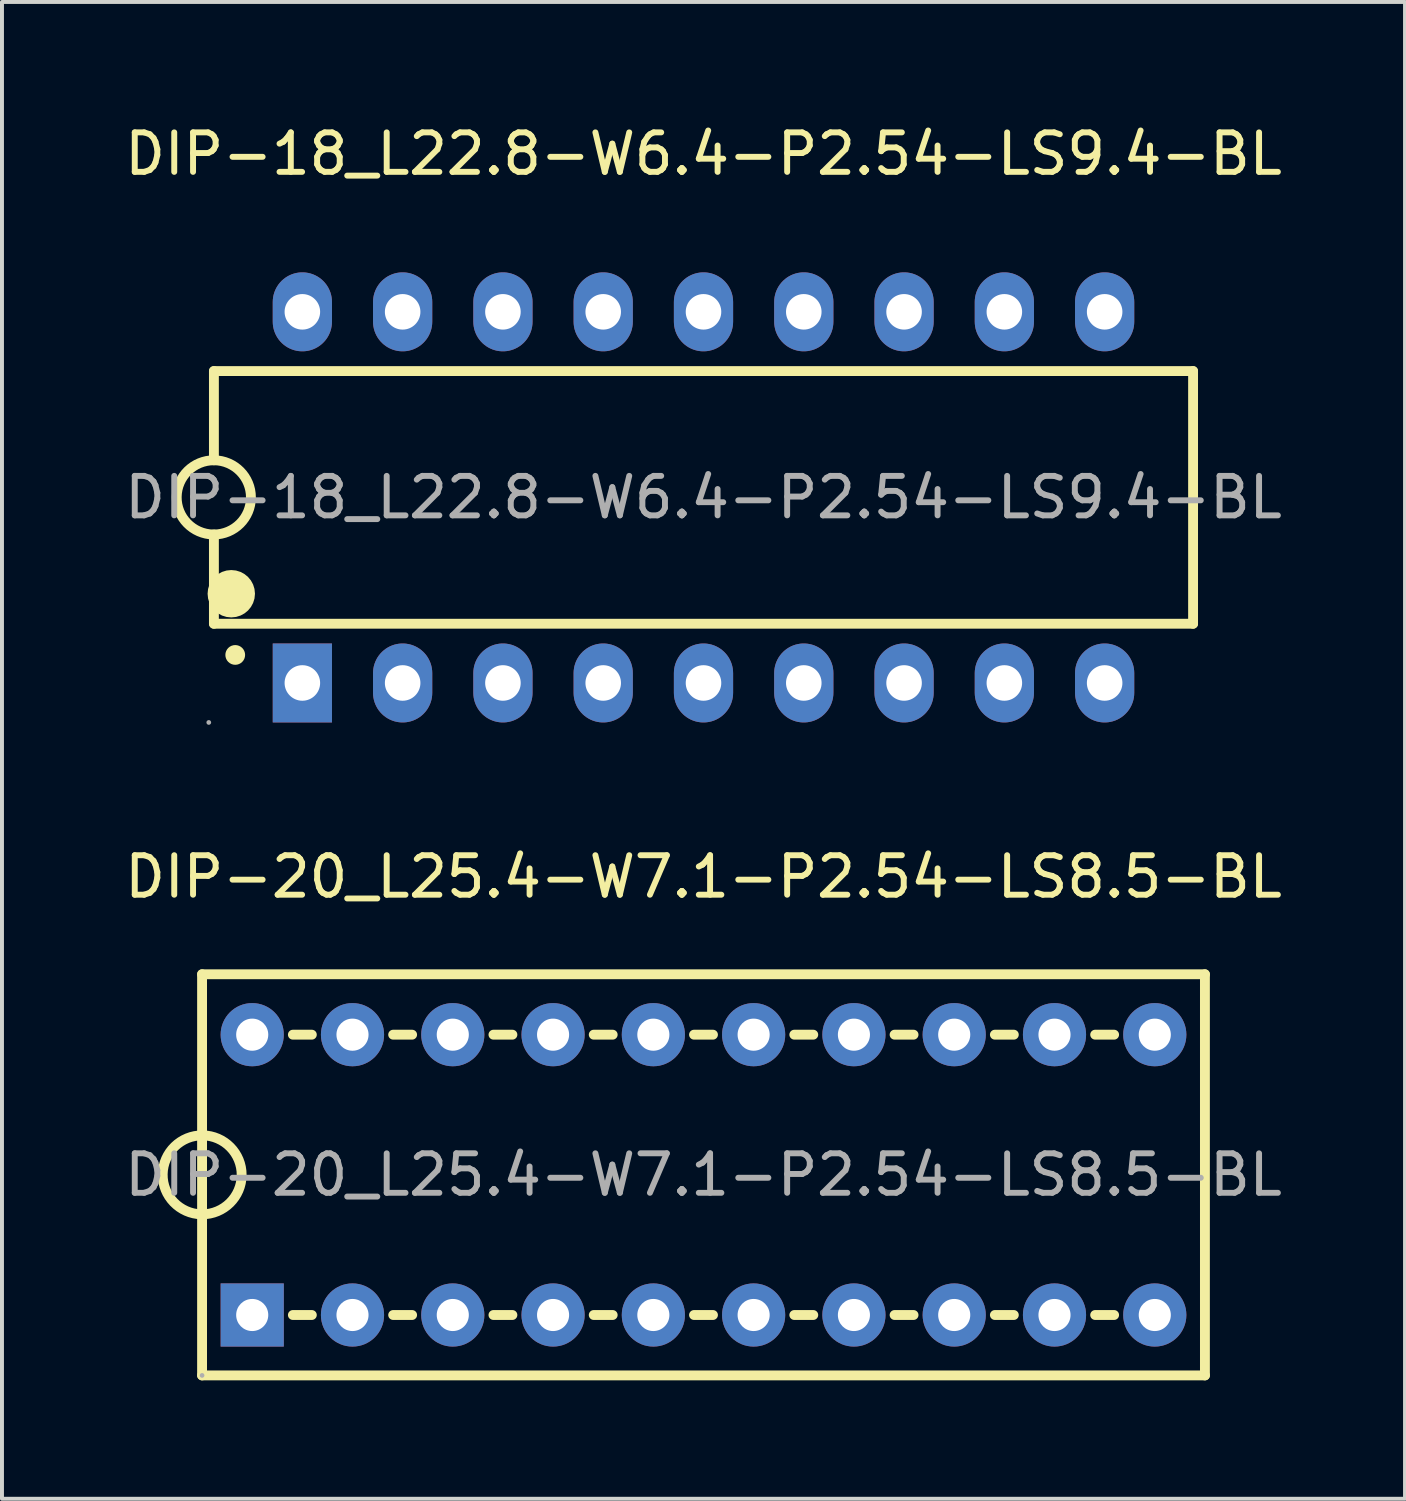
<source format=kicad_pcb>
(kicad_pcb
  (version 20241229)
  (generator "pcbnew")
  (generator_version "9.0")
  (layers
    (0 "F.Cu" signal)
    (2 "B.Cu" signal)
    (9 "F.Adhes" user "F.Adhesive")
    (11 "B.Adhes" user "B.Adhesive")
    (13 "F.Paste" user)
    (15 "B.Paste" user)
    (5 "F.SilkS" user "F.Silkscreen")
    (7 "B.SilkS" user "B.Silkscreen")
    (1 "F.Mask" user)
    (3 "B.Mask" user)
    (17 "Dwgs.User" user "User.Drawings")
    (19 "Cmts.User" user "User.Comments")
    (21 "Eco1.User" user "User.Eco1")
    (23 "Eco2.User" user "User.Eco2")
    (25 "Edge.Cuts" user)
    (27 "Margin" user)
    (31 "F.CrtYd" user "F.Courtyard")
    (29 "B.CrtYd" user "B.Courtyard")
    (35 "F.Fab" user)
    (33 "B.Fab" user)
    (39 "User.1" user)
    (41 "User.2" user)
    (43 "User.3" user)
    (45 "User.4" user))
  (footprint "DIP-18_L22.8-W6.4-P2.54-LS9.4-BL"
    (layer "F.Cu")
    (at 14.768 9.548)
    (property "Reference" "DIP-18_L22.8-W6.4-P2.54-LS9.4-BL" (at 0 -8.7 0) (layer "F.SilkS") (effects (font (size 1 1) (thickness 0.15))))
    (attr through_hole)
    (fp_line (start -12.4 -3.2) (end -12.4 -0.94) (stroke (width 0.25) (type solid)) (layer "F.SilkS"))
    (fp_line (start -12.4 -3.2) (end 12.4 -3.2) (stroke (width 0.25) (type solid)) (layer "F.SilkS"))
    (fp_line (start -12.4 3.2) (end -12.4 0.94) (stroke (width 0.25) (type solid)) (layer "F.SilkS"))
    (fp_line (start -12.4 3.2) (end 12.4 3.2) (stroke (width 0.25) (type solid)) (layer "F.SilkS"))
    (fp_line (start 12.4 -3.2) (end 12.4 3.2) (stroke (width 0.25) (type solid)) (layer "F.SilkS"))
    (fp_arc (start -12.416405 0.939857) (mid -12.391797 -0.939964) (end -12.4 0.94) (stroke (width 0.25) (type solid)) (layer "F.SilkS"))
    (fp_arc (start -11.96 2.44) (mid -11.96 2.44) (end -11.96 2.44) (stroke (width 0.6) (type solid)) (layer "F.SilkS"))
    (fp_arc (start -11.86 3.99) (mid -11.86 3.99) (end -11.86 3.99) (stroke (width 0.25) (type solid)) (layer "F.SilkS"))
    (fp_circle (center -12.53 5.7) (end -12.5 5.7) (stroke (width 0.06) (type solid)) (fill no) (layer "F.Fab"))
    (fp_circle (center -10.16 -4.7) (end -9.98 -4.7) (stroke (width 0.35) (type solid)) (fill no) (layer "F.Fab"))
    (fp_circle (center -10.16 4.7) (end -9.98 4.7) (stroke (width 0.35) (type solid)) (fill no) (layer "F.Fab"))
    (fp_circle (center -7.62 -4.7) (end -7.44 -4.7) (stroke (width 0.35) (type solid)) (fill no) (layer "F.Fab"))
    (fp_circle (center -7.62 4.7) (end -7.44 4.7) (stroke (width 0.35) (type solid)) (fill no) (layer "F.Fab"))
    (fp_circle (center -5.08 -4.7) (end -4.9 -4.7) (stroke (width 0.35) (type solid)) (fill no) (layer "F.Fab"))
    (fp_circle (center -5.08 4.7) (end -4.9 4.7) (stroke (width 0.35) (type solid)) (fill no) (layer "F.Fab"))
    (fp_circle (center -2.54 -4.7) (end -2.36 -4.7) (stroke (width 0.35) (type solid)) (fill no) (layer "F.Fab"))
    (fp_circle (center -2.54 4.7) (end -2.36 4.7) (stroke (width 0.35) (type solid)) (fill no) (layer "F.Fab"))
    (fp_circle (center 0 -4.7) (end 0.18 -4.7) (stroke (width 0.35) (type solid)) (fill no) (layer "F.Fab"))
    (fp_circle (center 0 4.7) (end 0.18 4.7) (stroke (width 0.35) (type solid)) (fill no) (layer "F.Fab"))
    (fp_circle (center 2.54 -4.7) (end 2.72 -4.7) (stroke (width 0.35) (type solid)) (fill no) (layer "F.Fab"))
    (fp_circle (center 2.54 4.7) (end 2.72 4.7) (stroke (width 0.35) (type solid)) (fill no) (layer "F.Fab"))
    (fp_circle (center 5.08 -4.7) (end 5.26 -4.7) (stroke (width 0.35) (type solid)) (fill no) (layer "F.Fab"))
    (fp_circle (center 5.08 4.7) (end 5.26 4.7) (stroke (width 0.35) (type solid)) (fill no) (layer "F.Fab"))
    (fp_circle (center 7.62 -4.7) (end 7.8 -4.7) (stroke (width 0.35) (type solid)) (fill no) (layer "F.Fab"))
    (fp_circle (center 7.62 4.7) (end 7.8 4.7) (stroke (width 0.35) (type solid)) (fill no) (layer "F.Fab"))
    (fp_circle (center 10.16 -4.7) (end 10.34 -4.7) (stroke (width 0.35) (type solid)) (fill no) (layer "F.Fab"))
    (fp_circle (center 10.16 4.7) (end 10.34 4.7) (stroke (width 0.35) (type solid)) (fill no) (layer "F.Fab"))
    (fp_text user "${REFERENCE}" (at 0 0 0) (layer "F.Fab") (effects (font (size 1 1) (thickness 0.15))))
    (pad "1" thru_hole rect (at -10.16 4.7 90) (size 2 1.5) (drill 0.9) (layers "*.Cu" "*.Paste" "*.Mask"))
    (pad "2" thru_hole oval (at -7.62 4.7 90) (size 2 1.5) (drill 0.9) (layers "*.Cu" "*.Paste" "*.Mask"))
    (pad "3" thru_hole oval (at -5.08 4.7 90) (size 2 1.5) (drill 0.9) (layers "*.Cu" "*.Paste" "*.Mask"))
    (pad "4" thru_hole oval (at -2.54 4.7 90) (size 2 1.5) (drill 0.9) (layers "*.Cu" "*.Paste" "*.Mask"))
    (pad "5" thru_hole oval (at 0 4.7 90) (size 2 1.5) (drill 0.9) (layers "*.Cu" "*.Paste" "*.Mask"))
    (pad "6" thru_hole oval (at 2.54 4.7 90) (size 2 1.5) (drill 0.9) (layers "*.Cu" "*.Paste" "*.Mask"))
    (pad "7" thru_hole oval (at 5.08 4.7 90) (size 2 1.5) (drill 0.9) (layers "*.Cu" "*.Paste" "*.Mask"))
    (pad "8" thru_hole oval (at 7.62 4.7 90) (size 2 1.5) (drill 0.9) (layers "*.Cu" "*.Paste" "*.Mask"))
    (pad "9" thru_hole oval (at 10.16 4.7 90) (size 2 1.5) (drill 0.9) (layers "*.Cu" "*.Paste" "*.Mask"))
    (pad "10" thru_hole oval (at 10.16 -4.7 90) (size 2 1.5) (drill 0.9) (layers "*.Cu" "*.Paste" "*.Mask"))
    (pad "11" thru_hole oval (at 7.62 -4.7 90) (size 2 1.5) (drill 0.9) (layers "*.Cu" "*.Paste" "*.Mask"))
    (pad "12" thru_hole oval (at 5.08 -4.7 90) (size 2 1.5) (drill 0.9) (layers "*.Cu" "*.Paste" "*.Mask"))
    (pad "13" thru_hole oval (at 2.54 -4.7 90) (size 2 1.5) (drill 0.9) (layers "*.Cu" "*.Paste" "*.Mask"))
    (pad "14" thru_hole oval (at 0 -4.7 90) (size 2 1.5) (drill 0.9) (layers "*.Cu" "*.Paste" "*.Mask"))
    (pad "15" thru_hole oval (at -2.54 -4.7 90) (size 2 1.5) (drill 0.9) (layers "*.Cu" "*.Paste" "*.Mask"))
    (pad "16" thru_hole oval (at -5.08 -4.7 90) (size 2 1.5) (drill 0.9) (layers "*.Cu" "*.Paste" "*.Mask"))
    (pad "17" thru_hole oval (at -7.62 -4.7 90) (size 2 1.5) (drill 0.9) (layers "*.Cu" "*.Paste" "*.Mask"))
    (pad "18" thru_hole oval (at -10.16 -4.7 90) (size 2 1.5) (drill 0.9) (layers "*.Cu" "*.Paste" "*.Mask")))
  (footprint "DIP-20_L25.4-W7.1-P2.54-LS8.5-BL"
    (layer "F.Cu")
    (at 14.768 26.706)
    (property "Reference" "DIP-20_L25.4-W7.1-P2.54-LS8.5-BL" (at 0 -7.55 0) (layer "F.SilkS") (effects (font (size 1 1) (thickness 0.15))))
    (attr through_hole)
    (fp_line (start -12.7 -5.08) (end -12.7 5.08) (stroke (width 0.25) (type solid)) (layer "F.SilkS"))
    (fp_line (start -12.7 5.08) (end 12.7 5.08) (stroke (width 0.25) (type solid)) (layer "F.SilkS"))
    (fp_line (start -10.4 -3.55) (end -9.92 -3.55) (stroke (width 0.25) (type solid)) (layer "F.SilkS"))
    (fp_line (start -10.4 3.55) (end -9.92 3.55) (stroke (width 0.25) (type solid)) (layer "F.SilkS"))
    (fp_line (start -7.86 -3.55) (end -7.38 -3.55) (stroke (width 0.25) (type solid)) (layer "F.SilkS"))
    (fp_line (start -7.86 3.55) (end -7.38 3.55) (stroke (width 0.25) (type solid)) (layer "F.SilkS"))
    (fp_line (start -5.32 -3.55) (end -4.84 -3.55) (stroke (width 0.25) (type solid)) (layer "F.SilkS"))
    (fp_line (start -5.32 3.55) (end -4.84 3.55) (stroke (width 0.25) (type solid)) (layer "F.SilkS"))
    (fp_line (start -2.78 -3.55) (end -2.3 -3.55) (stroke (width 0.25) (type solid)) (layer "F.SilkS"))
    (fp_line (start -2.78 3.55) (end -2.3 3.55) (stroke (width 0.25) (type solid)) (layer "F.SilkS"))
    (fp_line (start -0.24 -3.55) (end 0.24 -3.55) (stroke (width 0.25) (type solid)) (layer "F.SilkS"))
    (fp_line (start -0.24 3.55) (end 0.24 3.55) (stroke (width 0.25) (type solid)) (layer "F.SilkS"))
    (fp_line (start 2.3 -3.55) (end 2.78 -3.55) (stroke (width 0.25) (type solid)) (layer "F.SilkS"))
    (fp_line (start 2.3 3.55) (end 2.78 3.55) (stroke (width 0.25) (type solid)) (layer "F.SilkS"))
    (fp_line (start 4.84 -3.55) (end 5.32 -3.55) (stroke (width 0.25) (type solid)) (layer "F.SilkS"))
    (fp_line (start 4.84 3.55) (end 5.32 3.55) (stroke (width 0.25) (type solid)) (layer "F.SilkS"))
    (fp_line (start 7.38 -3.55) (end 7.86 -3.55) (stroke (width 0.25) (type solid)) (layer "F.SilkS"))
    (fp_line (start 7.38 3.55) (end 7.86 3.55) (stroke (width 0.25) (type solid)) (layer "F.SilkS"))
    (fp_line (start 9.92 -3.55) (end 10.4 -3.55) (stroke (width 0.25) (type solid)) (layer "F.SilkS"))
    (fp_line (start 9.92 3.55) (end 10.4 3.55) (stroke (width 0.25) (type solid)) (layer "F.SilkS"))
    (fp_line (start 12.7 -5.08) (end -12.7 -5.08) (stroke (width 0.25) (type solid)) (layer "F.SilkS"))
    (fp_line (start 12.7 5.08) (end 12.7 -5.08) (stroke (width 0.25) (type solid)) (layer "F.SilkS"))
    (fp_arc (start -12.717452 0.999848) (mid -12.691274 -0.999962) (end -12.7 1) (stroke (width 0.25) (type solid)) (layer "F.SilkS"))
    (fp_circle (center -12.7 5.08) (end -12.67 5.08) (stroke (width 0.06) (type solid)) (fill no) (layer "F.Fab"))
    (fp_text user "${REFERENCE}" (at 0 0 0) (layer "F.Fab") (effects (font (size 1 1) (thickness 0.15))))
    (pad "1" thru_hole rect (at -11.43 3.55) (size 1.6 1.6) (drill 0.813) (layers "*.Cu" "*.Paste" "*.Mask"))
    (pad "2" thru_hole circle (at -8.89 3.55) (size 1.6 1.6) (drill 0.813) (layers "*.Cu" "*.Paste" "*.Mask"))
    (pad "3" thru_hole circle (at -6.35 3.55) (size 1.6 1.6) (drill 0.813) (layers "*.Cu" "*.Paste" "*.Mask"))
    (pad "4" thru_hole circle (at -3.81 3.55) (size 1.6 1.6) (drill 0.813) (layers "*.Cu" "*.Paste" "*.Mask"))
    (pad "5" thru_hole circle (at -1.27 3.55) (size 1.6 1.6) (drill 0.813) (layers "*.Cu" "*.Paste" "*.Mask"))
    (pad "6" thru_hole circle (at 1.27 3.55) (size 1.6 1.6) (drill 0.813) (layers "*.Cu" "*.Paste" "*.Mask"))
    (pad "7" thru_hole circle (at 3.81 3.55) (size 1.6 1.6) (drill 0.813) (layers "*.Cu" "*.Paste" "*.Mask"))
    (pad "8" thru_hole circle (at 6.35 3.55) (size 1.6 1.6) (drill 0.813) (layers "*.Cu" "*.Paste" "*.Mask"))
    (pad "9" thru_hole circle (at 8.89 3.55) (size 1.6 1.6) (drill 0.813) (layers "*.Cu" "*.Paste" "*.Mask"))
    (pad "10" thru_hole circle (at 11.43 3.55) (size 1.6 1.6) (drill 0.813) (layers "*.Cu" "*.Paste" "*.Mask"))
    (pad "11" thru_hole circle (at 11.43 -3.55) (size 1.6 1.6) (drill 0.813) (layers "*.Cu" "*.Paste" "*.Mask"))
    (pad "12" thru_hole circle (at 8.89 -3.55) (size 1.6 1.6) (drill 0.813) (layers "*.Cu" "*.Paste" "*.Mask"))
    (pad "13" thru_hole circle (at 6.35 -3.55) (size 1.6 1.6) (drill 0.813) (layers "*.Cu" "*.Paste" "*.Mask"))
    (pad "14" thru_hole circle (at 3.81 -3.55) (size 1.6 1.6) (drill 0.813) (layers "*.Cu" "*.Paste" "*.Mask"))
    (pad "15" thru_hole circle (at 1.27 -3.55) (size 1.6 1.6) (drill 0.813) (layers "*.Cu" "*.Paste" "*.Mask"))
    (pad "16" thru_hole circle (at -1.27 -3.55) (size 1.6 1.6) (drill 0.813) (layers "*.Cu" "*.Paste" "*.Mask"))
    (pad "17" thru_hole circle (at -3.81 -3.55) (size 1.6 1.6) (drill 0.813) (layers "*.Cu" "*.Paste" "*.Mask"))
    (pad "18" thru_hole circle (at -6.35 -3.55) (size 1.6 1.6) (drill 0.813) (layers "*.Cu" "*.Paste" "*.Mask"))
    (pad "19" thru_hole circle (at -8.89 -3.55) (size 1.6 1.6) (drill 0.813) (layers "*.Cu" "*.Paste" "*.Mask"))
    (pad "20" thru_hole circle (at -11.43 -3.55) (size 1.6 1.6) (drill 0.813) (layers "*.Cu" "*.Paste" "*.Mask")))
  (gr_rect
    (start -3 -3)
    (end 32.536 34.911)
    (stroke (width 0.1) (type default))
    (fill no)
    (layer "Edge.Cuts")))
</source>
